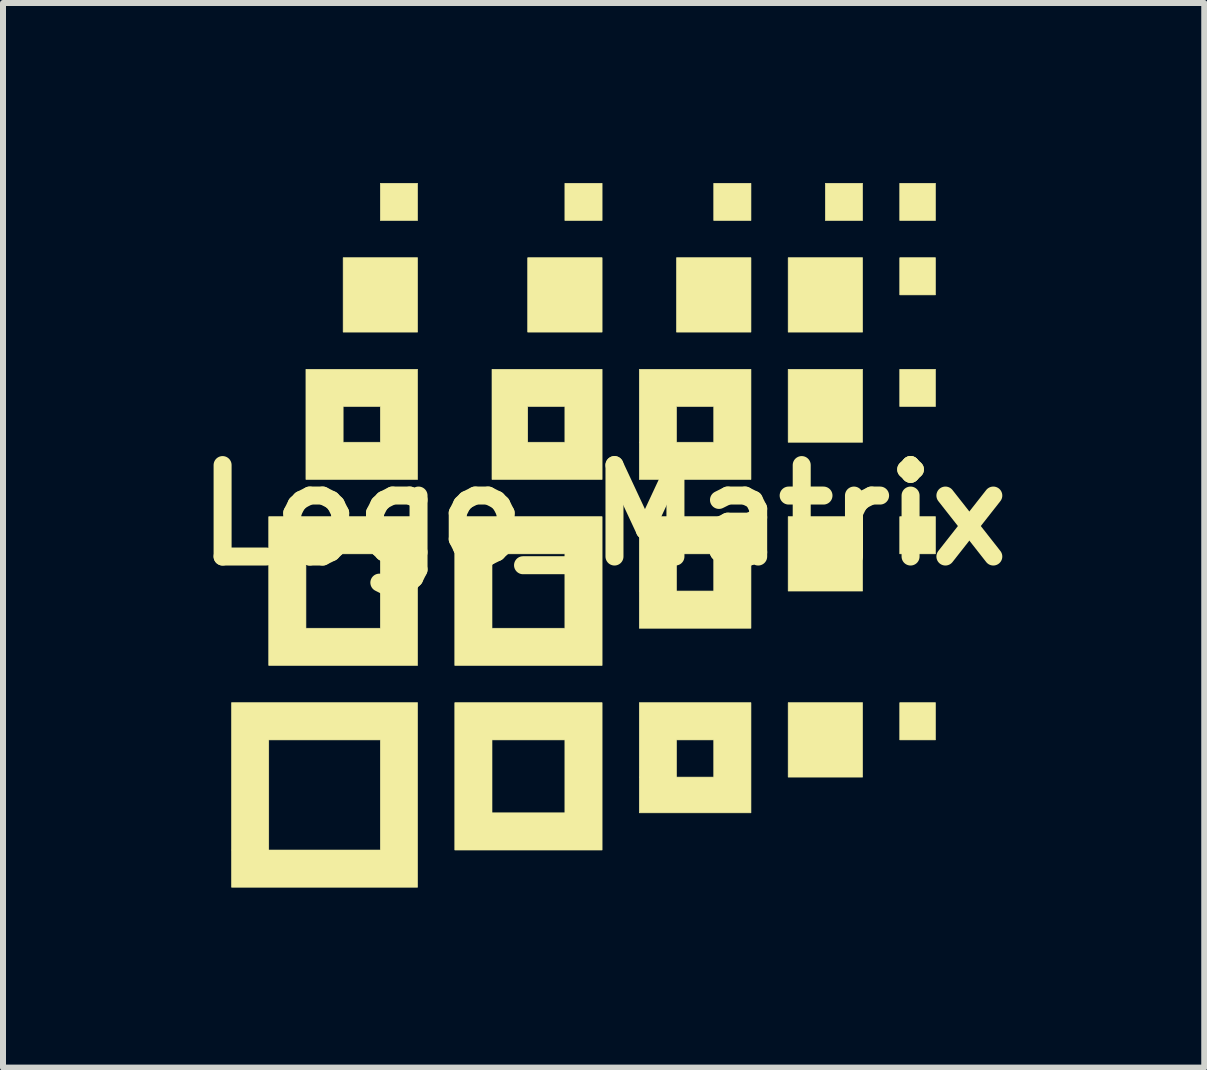
<source format=kicad_pcb>
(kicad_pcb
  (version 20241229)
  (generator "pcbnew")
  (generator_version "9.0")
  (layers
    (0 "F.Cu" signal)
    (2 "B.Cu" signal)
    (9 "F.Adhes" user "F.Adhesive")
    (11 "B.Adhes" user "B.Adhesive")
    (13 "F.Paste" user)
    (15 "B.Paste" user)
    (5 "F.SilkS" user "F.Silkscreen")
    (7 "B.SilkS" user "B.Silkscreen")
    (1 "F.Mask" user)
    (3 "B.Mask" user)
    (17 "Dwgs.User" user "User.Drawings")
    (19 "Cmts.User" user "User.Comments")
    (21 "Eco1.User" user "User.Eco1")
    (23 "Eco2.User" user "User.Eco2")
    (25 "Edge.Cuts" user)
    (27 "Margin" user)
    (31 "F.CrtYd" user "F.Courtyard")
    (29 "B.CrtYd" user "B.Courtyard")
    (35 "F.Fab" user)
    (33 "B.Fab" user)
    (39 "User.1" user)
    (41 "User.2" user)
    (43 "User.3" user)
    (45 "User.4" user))
  (footprint "Logo_Matrix"
    (layer "F.Cu")
    (at 7.01 5.536)
    (property "Reference" "Logo_Matrix" (at 0 0 0) (layer "F.SilkS") (effects (font (size 1.524 1.524) (thickness 0.3))))
    (attr through_hole)
    (fp_poly (pts (xy -3.101 -4.911) (xy -3.721 -4.911) (xy -3.721 -5.531) (xy -3.101 -5.531) (xy -3.101 -4.911)) (stroke (width 0.01) (type solid)) (fill yes) (layer "F.SilkS"))
    (fp_poly (pts (xy -3.101 -3.051) (xy -4.341 -3.051) (xy -4.341 -4.291) (xy -3.101 -4.291) (xy -3.101 -3.051)) (stroke (width 0.01) (type solid)) (fill yes) (layer "F.SilkS"))
    (fp_poly (pts (xy -0.025 -4.911) (xy -0.645 -4.911) (xy -0.645 -5.531) (xy -0.025 -5.531) (xy -0.025 -4.911)) (stroke (width 0.01) (type solid)) (fill yes) (layer "F.SilkS"))
    (fp_poly (pts (xy -0.025 -3.051) (xy -1.265 -3.051) (xy -1.265 -4.291) (xy -0.025 -4.291) (xy -0.025 -3.051)) (stroke (width 0.01) (type solid)) (fill yes) (layer "F.SilkS"))
    (fp_poly (pts (xy 2.456 -4.911) (xy 1.836 -4.911) (xy 1.836 -5.531) (xy 2.456 -5.531) (xy 2.456 -4.911)) (stroke (width 0.01) (type solid)) (fill yes) (layer "F.SilkS"))
    (fp_poly (pts (xy 2.456 -3.051) (xy 1.215 -3.051) (xy 1.215 -4.291) (xy 2.456 -4.291) (xy 2.456 -3.051)) (stroke (width 0.01) (type solid)) (fill yes) (layer "F.SilkS"))
    (fp_poly (pts (xy 4.316 -4.911) (xy 3.696 -4.911) (xy 3.696 -5.531) (xy 4.316 -5.531) (xy 4.316 -4.911)) (stroke (width 0.01) (type solid)) (fill yes) (layer "F.SilkS"))
    (fp_poly (pts (xy 4.316 -3.051) (xy 3.076 -3.051) (xy 3.076 -4.291) (xy 4.316 -4.291) (xy 4.316 -3.051)) (stroke (width 0.01) (type solid)) (fill yes) (layer "F.SilkS"))
    (fp_poly (pts (xy 4.316 -1.215) (xy 3.076 -1.215) (xy 3.076 -2.431) (xy 4.316 -2.431) (xy 4.316 -1.215)) (stroke (width 0.01) (type solid)) (fill yes) (layer "F.SilkS"))
    (fp_poly (pts (xy 4.316 1.265) (xy 3.076 1.265) (xy 3.076 0.025) (xy 4.316 0.025) (xy 4.316 1.265)) (stroke (width 0.01) (type solid)) (fill yes) (layer "F.SilkS"))
    (fp_poly (pts (xy 4.316 4.366) (xy 3.076 4.366) (xy 3.076 3.125) (xy 4.316 3.125) (xy 4.316 4.366)) (stroke (width 0.01) (type solid)) (fill yes) (layer "F.SilkS"))
    (fp_poly (pts (xy 5.531 -4.911) (xy 4.936 -4.911) (xy 4.936 -5.531) (xy 5.531 -5.531) (xy 5.531 -4.911)) (stroke (width 0.01) (type solid)) (fill yes) (layer "F.SilkS"))
    (fp_poly (pts (xy 5.531 -3.671) (xy 4.936 -3.671) (xy 4.936 -4.291) (xy 5.531 -4.291) (xy 5.531 -3.671)) (stroke (width 0.01) (type solid)) (fill yes) (layer "F.SilkS"))
    (fp_poly (pts (xy 5.531 -1.811) (xy 4.936 -1.811) (xy 4.936 -2.431) (xy 5.531 -2.431) (xy 5.531 -1.811)) (stroke (width 0.01) (type solid)) (fill yes) (layer "F.SilkS"))
    (fp_poly (pts (xy 5.531 0.645) (xy 4.936 0.645) (xy 4.936 0.025) (xy 5.531 0.025) (xy 5.531 0.645)) (stroke (width 0.01) (type solid)) (fill yes) (layer "F.SilkS"))
    (fp_poly (pts (xy 5.531 3.746) (xy 4.936 3.746) (xy 4.936 3.125) (xy 5.531 3.125) (xy 5.531 3.746)) (stroke (width 0.01) (type solid)) (fill yes) (layer "F.SilkS"))
    (fp_poly (pts (xy -3.101 -0.595) (xy -4.961 -0.595) (xy -4.961 -1.811) (xy -4.341 -1.811) (xy -4.341 -1.215) (xy -3.721 -1.215) (xy -3.721 -1.811) (xy -4.341 -1.811) (xy -4.961 -1.811) (xy -4.961 -2.431) (xy -3.101 -2.431) (xy -3.101 -0.595)) (stroke (width 0.01) (type solid)) (fill yes) (layer "F.SilkS"))
    (fp_poly (pts (xy -3.101 2.505) (xy -5.581 2.505) (xy -5.581 0.645) (xy -4.961 0.645) (xy -4.961 1.885) (xy -3.721 1.885) (xy -3.721 0.645) (xy -4.961 0.645) (xy -5.581 0.645) (xy -5.581 0.025) (xy -3.101 0.025) (xy -3.101 2.505)) (stroke (width 0.01) (type solid)) (fill yes) (layer "F.SilkS"))
    (fp_poly (pts (xy -3.101 6.201) (xy -6.201 6.201) (xy -6.201 3.746) (xy -5.581 3.746) (xy -5.581 5.581) (xy -3.721 5.581) (xy -3.721 3.746) (xy -5.581 3.746) (xy -6.201 3.746) (xy -6.201 3.125) (xy -3.101 3.125) (xy -3.101 6.201)) (stroke (width 0.01) (type solid)) (fill yes) (layer "F.SilkS"))
    (fp_poly (pts (xy -0.025 -0.595) (xy -1.86 -0.595) (xy -1.86 -1.811) (xy -1.265 -1.811) (xy -1.265 -1.215) (xy -0.645 -1.215) (xy -0.645 -1.811) (xy -1.265 -1.811) (xy -1.86 -1.811) (xy -1.86 -2.431) (xy -0.025 -2.431) (xy -0.025 -0.595)) (stroke (width 0.01) (type solid)) (fill yes) (layer "F.SilkS"))
    (fp_poly (pts (xy -0.025 2.505) (xy -2.48 2.505) (xy -2.48 0.645) (xy -1.86 0.645) (xy -1.86 1.885) (xy -0.645 1.885) (xy -0.645 0.645) (xy -1.86 0.645) (xy -2.48 0.645) (xy -2.48 0.025) (xy -0.025 0.025) (xy -0.025 2.505)) (stroke (width 0.01) (type solid)) (fill yes) (layer "F.SilkS"))
    (fp_poly (pts (xy -0.025 5.581) (xy -2.48 5.581) (xy -2.48 3.746) (xy -1.86 3.746) (xy -1.86 4.961) (xy -0.645 4.961) (xy -0.645 3.746) (xy -1.86 3.746) (xy -2.48 3.746) (xy -2.48 3.125) (xy -0.025 3.125) (xy -0.025 5.581)) (stroke (width 0.01) (type solid)) (fill yes) (layer "F.SilkS"))
    (fp_poly (pts (xy 2.456 -0.595) (xy 0.595 -0.595) (xy 0.595 -1.811) (xy 1.215 -1.811) (xy 1.215 -1.215) (xy 1.836 -1.215) (xy 1.836 -1.811) (xy 1.215 -1.811) (xy 0.595 -1.811) (xy 0.595 -2.431) (xy 2.456 -2.431) (xy 2.456 -0.595)) (stroke (width 0.01) (type solid)) (fill yes) (layer "F.SilkS"))
    (fp_poly (pts (xy 2.456 1.885) (xy 0.595 1.885) (xy 0.595 0.645) (xy 1.215 0.645) (xy 1.215 1.265) (xy 1.836 1.265) (xy 1.836 0.645) (xy 1.215 0.645) (xy 0.595 0.645) (xy 0.595 0.025) (xy 2.456 0.025) (xy 2.456 1.885)) (stroke (width 0.01) (type solid)) (fill yes) (layer "F.SilkS"))
    (fp_poly (pts (xy 2.456 4.961) (xy 0.595 4.961) (xy 0.595 3.746) (xy 1.215 3.746) (xy 1.215 4.366) (xy 1.836 4.366) (xy 1.836 3.746) (xy 1.215 3.746) (xy 0.595 3.746) (xy 0.595 3.125) (xy 2.456 3.125) (xy 2.456 4.961)) (stroke (width 0.01) (type solid)) (fill yes) (layer "F.SilkS")))
  (gr_rect
    (start -3 -3)
    (end 17.021 14.743)
    (stroke (width 0.1) (type default))
    (fill no)
    (layer "Edge.Cuts")))
</source>
